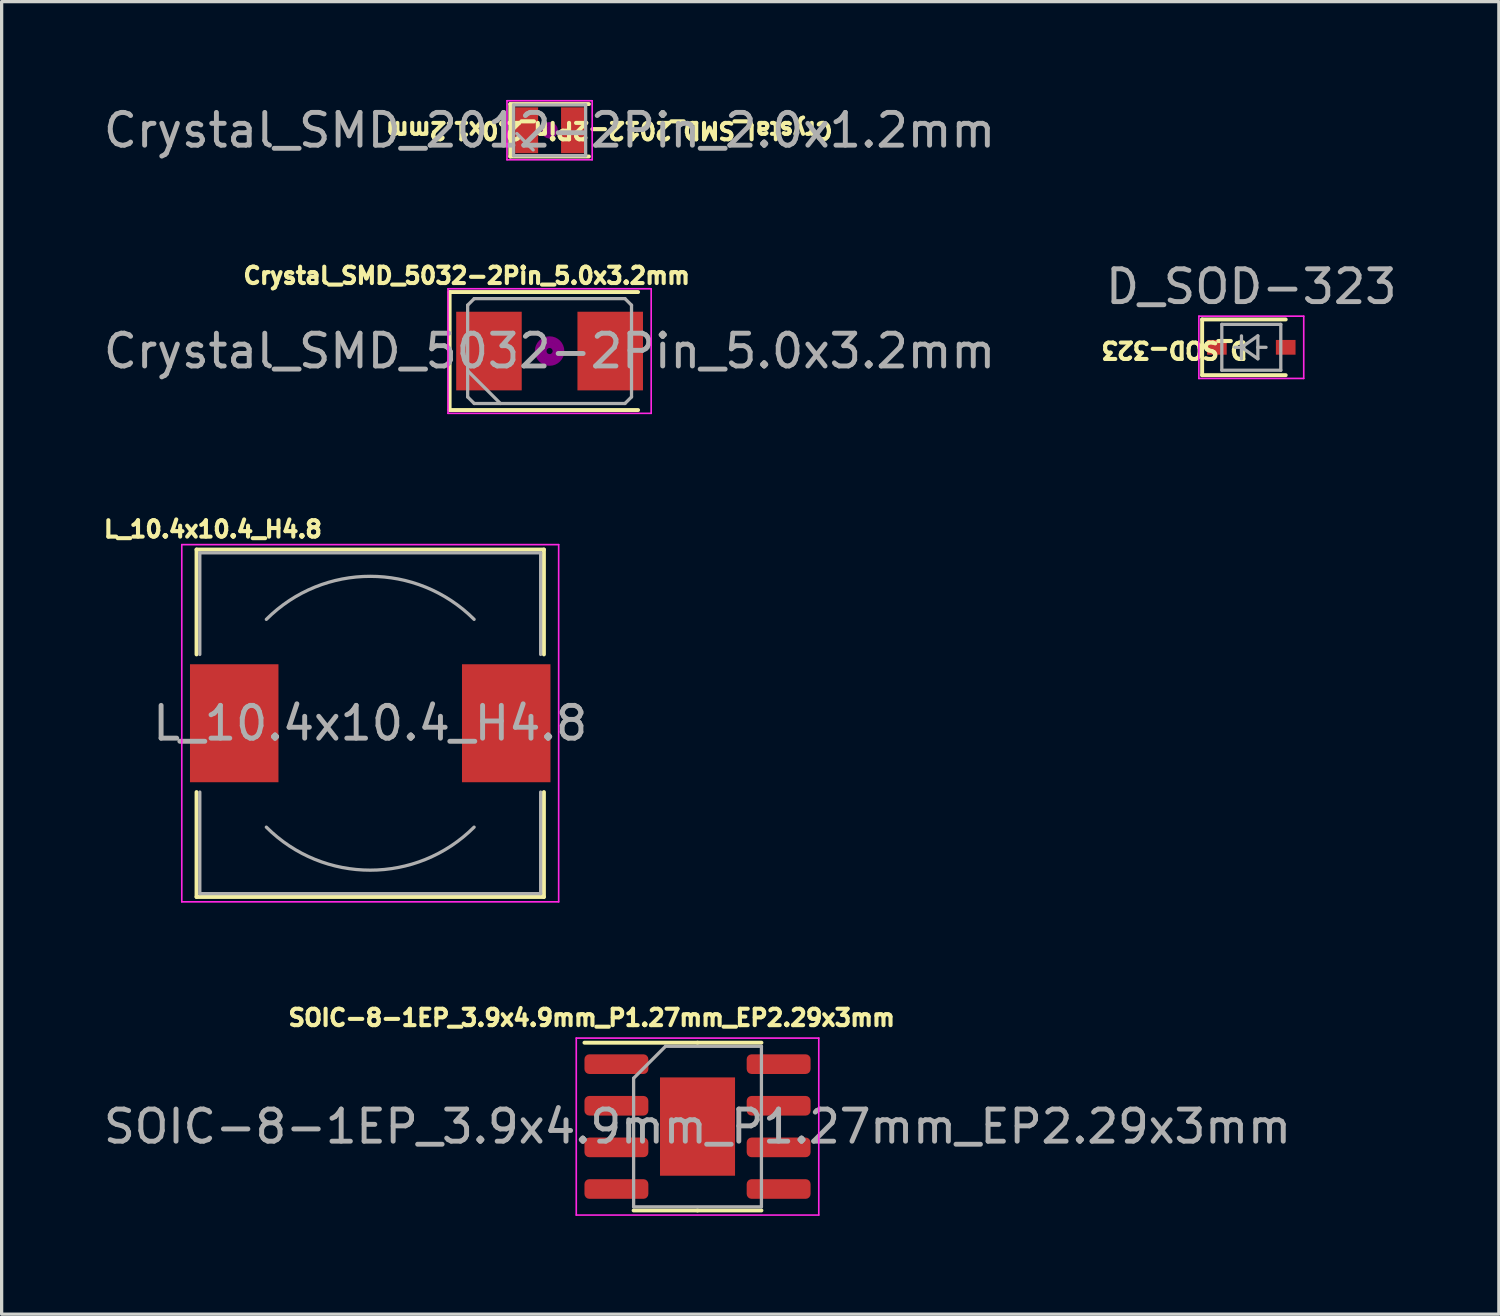
<source format=kicad_pcb>
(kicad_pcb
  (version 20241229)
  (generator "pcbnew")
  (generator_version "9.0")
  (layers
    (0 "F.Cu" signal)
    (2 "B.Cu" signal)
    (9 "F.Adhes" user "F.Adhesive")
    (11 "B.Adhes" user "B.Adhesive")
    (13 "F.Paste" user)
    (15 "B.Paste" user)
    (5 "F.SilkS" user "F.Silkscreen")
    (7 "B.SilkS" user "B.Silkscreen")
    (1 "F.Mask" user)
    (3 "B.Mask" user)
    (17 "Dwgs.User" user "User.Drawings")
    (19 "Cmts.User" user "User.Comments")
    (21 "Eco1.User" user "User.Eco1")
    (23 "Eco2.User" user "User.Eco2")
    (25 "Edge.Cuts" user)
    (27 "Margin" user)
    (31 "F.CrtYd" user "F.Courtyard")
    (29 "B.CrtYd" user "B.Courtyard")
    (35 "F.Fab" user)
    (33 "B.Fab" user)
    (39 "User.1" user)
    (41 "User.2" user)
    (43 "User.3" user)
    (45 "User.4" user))
  (footprint "D_SOD-323"
    (layer "F.Cu")
    (at 35.132 7.548)
    (property "Reference" "D_SOD-323" (at -2.34 0.08 180) (unlocked yes) (layer "F.SilkS") (effects (font (size 0.5 0.5) (thickness 0.15))))
    (attr smd)
    (fp_line (start -1.5 -0.85) (end -1.5 0.85) (stroke (width 0.12) (type solid)) (layer "F.SilkS"))
    (fp_line (start -1.5 -0.85) (end 1.05 -0.85) (stroke (width 0.12) (type solid)) (layer "F.SilkS"))
    (fp_line (start -1.5 0.85) (end 1.05 0.85) (stroke (width 0.12) (type solid)) (layer "F.SilkS"))
    (fp_line (start -1.6 -0.95) (end -1.6 0.95) (stroke (width 0.05) (type solid)) (layer "F.CrtYd"))
    (fp_line (start -1.6 -0.95) (end 1.6 -0.95) (stroke (width 0.05) (type solid)) (layer "F.CrtYd"))
    (fp_line (start -1.6 0.95) (end 1.6 0.95) (stroke (width 0.05) (type solid)) (layer "F.CrtYd"))
    (fp_line (start 1.6 -0.95) (end 1.6 0.95) (stroke (width 0.05) (type solid)) (layer "F.CrtYd"))
    (fp_line (start -0.9 -0.7) (end 0.9 -0.7) (stroke (width 0.1) (type solid)) (layer "F.Fab"))
    (fp_line (start -0.9 0.7) (end -0.9 -0.7) (stroke (width 0.1) (type solid)) (layer "F.Fab"))
    (fp_line (start -0.3 -0.35) (end -0.3 0.35) (stroke (width 0.1) (type solid)) (layer "F.Fab"))
    (fp_line (start -0.3 0) (end -0.5 0) (stroke (width 0.1) (type solid)) (layer "F.Fab"))
    (fp_line (start -0.3 0) (end 0.2 -0.35) (stroke (width 0.1) (type solid)) (layer "F.Fab"))
    (fp_line (start 0.2 -0.35) (end 0.2 0.35) (stroke (width 0.1) (type solid)) (layer "F.Fab"))
    (fp_line (start 0.2 0) (end 0.45 0) (stroke (width 0.1) (type solid)) (layer "F.Fab"))
    (fp_line (start 0.2 0.35) (end -0.3 0) (stroke (width 0.1) (type solid)) (layer "F.Fab"))
    (fp_line (start 0.9 -0.7) (end 0.9 0.7) (stroke (width 0.1) (type solid)) (layer "F.Fab"))
    (fp_line (start 0.9 0.7) (end -0.9 0.7) (stroke (width 0.1) (type solid)) (layer "F.Fab"))
    (fp_text user "${REFERENCE}" (at 0 -1.85 180) (layer "F.Fab") (effects (font (size 1 1) (thickness 0.15))))
    (pad "1" smd rect (at -1.05 0) (size 0.6 0.45) (layers "F.Cu" "F.Mask" "F.Paste"))
    (pad "2" smd rect (at 1.05 0) (size 0.6 0.45) (layers "F.Cu" "F.Mask" "F.Paste")))
  (footprint "Crystal_SMD_5032-2Pin_5.0x3.2mm"
    (layer "F.Cu")
    (at 13.72 7.662)
    (property "Reference" "Crystal_SMD_5032-2Pin_5.0x3.2mm" (at -2.53 -2.3 0) (unlocked yes) (layer "F.SilkS") (effects (font (size 0.5 0.5) (thickness 0.125))))
    (attr smd)
    (fp_line (start -3.05 -1.8) (end -3.05 1.8) (stroke (width 0.12) (type solid)) (layer "F.SilkS"))
    (fp_line (start -3.05 1.8) (end 2.7 1.8) (stroke (width 0.12) (type solid)) (layer "F.SilkS"))
    (fp_line (start 2.7 -1.8) (end -3.05 -1.8) (stroke (width 0.12) (type solid)) (layer "F.SilkS"))
    (fp_circle (center 0 0) (end 0.093 0) (stroke (width 0.187) (type solid)) (fill no) (layer "F.Adhes"))
    (fp_circle (center 0 0) (end 0.213 0) (stroke (width 0.133) (type solid)) (fill no) (layer "F.Adhes"))
    (fp_circle (center 0 0) (end 0.333 0) (stroke (width 0.133) (type solid)) (fill no) (layer "F.Adhes"))
    (fp_circle (center 0 0) (end 0.4 0) (stroke (width 0.1) (type solid)) (fill no) (layer "F.Adhes"))
    (fp_line (start -3.1 -1.9) (end -3.1 1.9) (stroke (width 0.05) (type solid)) (layer "F.CrtYd"))
    (fp_line (start -3.1 1.9) (end 3.1 1.9) (stroke (width 0.05) (type solid)) (layer "F.CrtYd"))
    (fp_line (start 3.1 -1.9) (end -3.1 -1.9) (stroke (width 0.05) (type solid)) (layer "F.CrtYd"))
    (fp_line (start 3.1 1.9) (end 3.1 -1.9) (stroke (width 0.05) (type solid)) (layer "F.CrtYd"))
    (fp_line (start -2.5 -1.4) (end -2.3 -1.6) (stroke (width 0.1) (type solid)) (layer "F.Fab"))
    (fp_line (start -2.5 0.6) (end -1.5 1.6) (stroke (width 0.1) (type solid)) (layer "F.Fab"))
    (fp_line (start -2.5 1.4) (end -2.5 -1.4) (stroke (width 0.1) (type solid)) (layer "F.Fab"))
    (fp_line (start -2.3 -1.6) (end 2.3 -1.6) (stroke (width 0.1) (type solid)) (layer "F.Fab"))
    (fp_line (start -2.3 1.6) (end -2.5 1.4) (stroke (width 0.1) (type solid)) (layer "F.Fab"))
    (fp_line (start 2.3 -1.6) (end 2.5 -1.4) (stroke (width 0.1) (type solid)) (layer "F.Fab"))
    (fp_line (start 2.3 1.6) (end -2.3 1.6) (stroke (width 0.1) (type solid)) (layer "F.Fab"))
    (fp_line (start 2.5 -1.4) (end 2.5 1.4) (stroke (width 0.1) (type solid)) (layer "F.Fab"))
    (fp_line (start 2.5 1.4) (end 2.3 1.6) (stroke (width 0.1) (type solid)) (layer "F.Fab"))
    (fp_text user "${REFERENCE}" (at 0 0 0) (layer "F.Fab") (effects (font (size 1 1) (thickness 0.15))))
    (pad "1" smd rect (at -1.85 0) (size 2 2.4) (layers "F.Cu" "F.Mask" "F.Paste"))
    (pad "2" smd rect (at 1.85 0) (size 2 2.4) (layers "F.Cu" "F.Mask" "F.Paste")))
  (footprint "Crystal_SMD_2012-2Pin_2.0x1.2mm"
    (layer "F.Cu")
    (at 13.72 0.925)
    (property "Reference" "Crystal_SMD_2012-2Pin_2.0x1.2mm" (at 1.82 0 180) (unlocked yes) (layer "F.SilkS") (effects (font (size 0.5 0.5) (thickness 0.125))))
    (attr smd)
    (fp_line (start -1.2 -0.8) (end -1.2 0.8) (stroke (width 0.12) (type solid)) (layer "F.SilkS"))
    (fp_line (start -1.2 0.8) (end 1.2 0.8) (stroke (width 0.12) (type solid)) (layer "F.SilkS"))
    (fp_line (start 1.2 -0.8) (end -1.2 -0.8) (stroke (width 0.12) (type solid)) (layer "F.SilkS"))
    (fp_circle (center 0 0) (end 0.047 0) (stroke (width 0.093) (type solid)) (fill no) (layer "F.Adhes"))
    (fp_circle (center 0 0) (end 0.107 0) (stroke (width 0.067) (type solid)) (fill no) (layer "F.Adhes"))
    (fp_circle (center 0 0) (end 0.167 0) (stroke (width 0.067) (type solid)) (fill no) (layer "F.Adhes"))
    (fp_circle (center 0 0) (end 0.2 0) (stroke (width 0.1) (type solid)) (fill no) (layer "F.Adhes"))
    (fp_line (start -1.3 -0.9) (end -1.3 0.9) (stroke (width 0.05) (type solid)) (layer "F.CrtYd"))
    (fp_line (start -1.3 0.9) (end 1.3 0.9) (stroke (width 0.05) (type solid)) (layer "F.CrtYd"))
    (fp_line (start 1.3 -0.9) (end -1.3 -0.9) (stroke (width 0.05) (type solid)) (layer "F.CrtYd"))
    (fp_line (start 1.3 0.9) (end 1.3 -0.9) (stroke (width 0.05) (type solid)) (layer "F.CrtYd"))
    (fp_line (start -1.1 -0.775) (end -1.1 0.775) (stroke (width 0.1) (type solid)) (layer "F.Fab"))
    (fp_line (start -1.1 0.775) (end 1.1 0.775) (stroke (width 0.1) (type solid)) (layer "F.Fab"))
    (fp_line (start -1 0.1) (end -0.5 0.6) (stroke (width 0.1) (type solid)) (layer "F.Fab"))
    (fp_line (start 1.1 -0.775) (end -1.1 -0.775) (stroke (width 0.1) (type solid)) (layer "F.Fab"))
    (fp_line (start 1.1 0.775) (end 1.1 -0.775) (stroke (width 0.1) (type solid)) (layer "F.Fab"))
    (fp_text user "${REFERENCE}" (at 0 0 180) (layer "F.Fab") (effects (font (size 1 1) (thickness 0.15))))
    (pad "1" smd rect (at -0.7 0) (size 0.7 1.4) (layers "F.Cu" "F.Mask" "F.Paste"))
    (pad "2" smd rect (at 0.7 0) (size 0.7 1.4) (layers "F.Cu" "F.Mask" "F.Paste")))
  (footprint "L_10.4x10.4_H4.8"
    (layer "F.Cu")
    (at 8.247 19.019)
    (property "Reference" "L_10.4x10.4_H4.8" (at -4.8 -5.92 0) (unlocked yes) (layer "F.SilkS") (effects (font (size 0.5 0.5) (thickness 0.125))))
    (attr smd)
    (fp_line (start -5.3 -5.3) (end 5.3 -5.3) (stroke (width 0.12) (type solid)) (layer "F.SilkS"))
    (fp_line (start -5.3 -2.1) (end -5.3 -5.3) (stroke (width 0.12) (type solid)) (layer "F.SilkS"))
    (fp_line (start -5.3 5.3) (end -5.3 2.1) (stroke (width 0.12) (type solid)) (layer "F.SilkS"))
    (fp_line (start 5.3 -5.3) (end 5.3 -2.1) (stroke (width 0.12) (type solid)) (layer "F.SilkS"))
    (fp_line (start 5.3 2.1) (end 5.3 5.3) (stroke (width 0.12) (type solid)) (layer "F.SilkS"))
    (fp_line (start 5.3 5.3) (end -5.3 5.3) (stroke (width 0.12) (type solid)) (layer "F.SilkS"))
    (fp_line (start -5.75 -5.45) (end -5.75 5.45) (stroke (width 0.05) (type solid)) (layer "F.CrtYd"))
    (fp_line (start -5.75 5.45) (end 5.75 5.45) (stroke (width 0.05) (type solid)) (layer "F.CrtYd"))
    (fp_line (start 5.75 -5.45) (end -5.75 -5.45) (stroke (width 0.05) (type solid)) (layer "F.CrtYd"))
    (fp_line (start 5.75 5.45) (end 5.75 -5.45) (stroke (width 0.05) (type solid)) (layer "F.CrtYd"))
    (fp_line (start -5.2 -5.2) (end -5.2 -2.1) (stroke (width 0.1) (type solid)) (layer "F.Fab"))
    (fp_line (start -5.2 -5.2) (end 5.2 -5.2) (stroke (width 0.1) (type solid)) (layer "F.Fab"))
    (fp_line (start -5.2 5.2) (end -5.2 2.1) (stroke (width 0.1) (type solid)) (layer "F.Fab"))
    (fp_line (start -5.2 5.2) (end 5.2 5.2) (stroke (width 0.1) (type solid)) (layer "F.Fab"))
    (fp_line (start 5.2 -5.2) (end 5.2 -2.1) (stroke (width 0.1) (type solid)) (layer "F.Fab"))
    (fp_line (start 5.2 5.2) (end 5.2 2.1) (stroke (width 0.1) (type solid)) (layer "F.Fab"))
    (fp_arc (start -3.17 -3.17) (mid 0 -4.483057) (end 3.17 -3.17) (stroke (width 0.1) (type solid)) (layer "F.Fab"))
    (fp_arc (start 3.17 3.17) (mid 0 4.483057) (end -3.17 3.17) (stroke (width 0.1) (type solid)) (layer "F.Fab"))
    (fp_text user "${REFERENCE}" (at 0 0 0) (layer "F.Fab") (effects (font (size 1 1) (thickness 0.15))))
    (pad "1" smd rect (at -4.15 0) (size 2.7 3.6) (layers "F.Cu" "F.Mask" "F.Paste"))
    (pad "2" smd rect (at 4.15 0) (size 2.7 3.6) (layers "F.Cu" "F.Mask" "F.Paste")))
  (footprint "SOIC-8-1EP_3.9x4.9mm_P1.27mm_EP2.29x3mm"
    (layer "F.Cu")
    (at 18.234 31.326)
    (property "Reference" "SOIC-8-1EP_3.9x4.9mm_P1.27mm_EP2.29x3mm" (at -3.23 -3.32 0) (unlocked yes) (layer "F.SilkS") (effects (font (size 0.5 0.5) (thickness 0.125))))
    (attr smd)
    (fp_line (start 0 -2.56) (end -3.45 -2.56) (stroke (width 0.12) (type solid)) (layer "F.SilkS"))
    (fp_line (start 0 -2.56) (end 1.95 -2.56) (stroke (width 0.12) (type solid)) (layer "F.SilkS"))
    (fp_line (start 0 2.56) (end -1.95 2.56) (stroke (width 0.12) (type solid)) (layer "F.SilkS"))
    (fp_line (start 0 2.56) (end 1.95 2.56) (stroke (width 0.12) (type solid)) (layer "F.SilkS"))
    (fp_line (start -3.7 -2.7) (end -3.7 2.7) (stroke (width 0.05) (type solid)) (layer "F.CrtYd"))
    (fp_line (start -3.7 2.7) (end 3.7 2.7) (stroke (width 0.05) (type solid)) (layer "F.CrtYd"))
    (fp_line (start 3.7 -2.7) (end -3.7 -2.7) (stroke (width 0.05) (type solid)) (layer "F.CrtYd"))
    (fp_line (start 3.7 2.7) (end 3.7 -2.7) (stroke (width 0.05) (type solid)) (layer "F.CrtYd"))
    (fp_line (start -1.95 -1.475) (end -0.975 -2.45) (stroke (width 0.1) (type solid)) (layer "F.Fab"))
    (fp_line (start -1.95 2.45) (end -1.95 -1.475) (stroke (width 0.1) (type solid)) (layer "F.Fab"))
    (fp_line (start -0.975 -2.45) (end 1.95 -2.45) (stroke (width 0.1) (type solid)) (layer "F.Fab"))
    (fp_line (start 1.95 -2.45) (end 1.95 2.45) (stroke (width 0.1) (type solid)) (layer "F.Fab"))
    (fp_line (start 1.95 2.45) (end -1.95 2.45) (stroke (width 0.1) (type solid)) (layer "F.Fab"))
    (fp_text user "${REFERENCE}" (at 0 0 0) (layer "F.Fab") (effects (font (size 0.98 0.98) (thickness 0.15))))
    (pad "" smd roundrect (at -0.57 -0.75) (size 0.92 1.21) (layers "F.Paste") (roundrect_rratio 0.25))
    (pad "" smd roundrect (at -0.57 0.75) (size 0.92 1.21) (layers "F.Paste") (roundrect_rratio 0.25))
    (pad "" smd roundrect (at 0.57 -0.75) (size 0.92 1.21) (layers "F.Paste") (roundrect_rratio 0.25))
    (pad "" smd roundrect (at 0.57 0.75) (size 0.92 1.21) (layers "F.Paste") (roundrect_rratio 0.25))
    (pad "1" smd roundrect (at -2.475 -1.905) (size 1.95 0.6) (layers "F.Cu" "F.Mask" "F.Paste") (roundrect_rratio 0.25))
    (pad "2" smd roundrect (at -2.475 -0.635) (size 1.95 0.6) (layers "F.Cu" "F.Mask" "F.Paste") (roundrect_rratio 0.25))
    (pad "3" smd roundrect (at -2.475 0.635) (size 1.95 0.6) (layers "F.Cu" "F.Mask" "F.Paste") (roundrect_rratio 0.25))
    (pad "4" smd roundrect (at -2.475 1.905) (size 1.95 0.6) (layers "F.Cu" "F.Mask" "F.Paste") (roundrect_rratio 0.25))
    (pad "5" smd roundrect (at 2.475 1.905) (size 1.95 0.6) (layers "F.Cu" "F.Mask" "F.Paste") (roundrect_rratio 0.25))
    (pad "6" smd roundrect (at 2.475 0.635) (size 1.95 0.6) (layers "F.Cu" "F.Mask" "F.Paste") (roundrect_rratio 0.25))
    (pad "7" smd roundrect (at 2.475 -0.635) (size 1.95 0.6) (layers "F.Cu" "F.Mask" "F.Paste") (roundrect_rratio 0.25))
    (pad "8" smd roundrect (at 2.475 -1.905) (size 1.95 0.6) (layers "F.Cu" "F.Mask" "F.Paste") (roundrect_rratio 0.25))
    (pad "9" smd rect (at 0 0) (size 2.29 3) (layers "F.Cu" "F.Mask")))
  (gr_rect
    (start -3 -3)
    (end 42.686 37.051)
    (stroke (width 0.1) (type default))
    (fill no)
    (layer "Edge.Cuts")))
</source>
